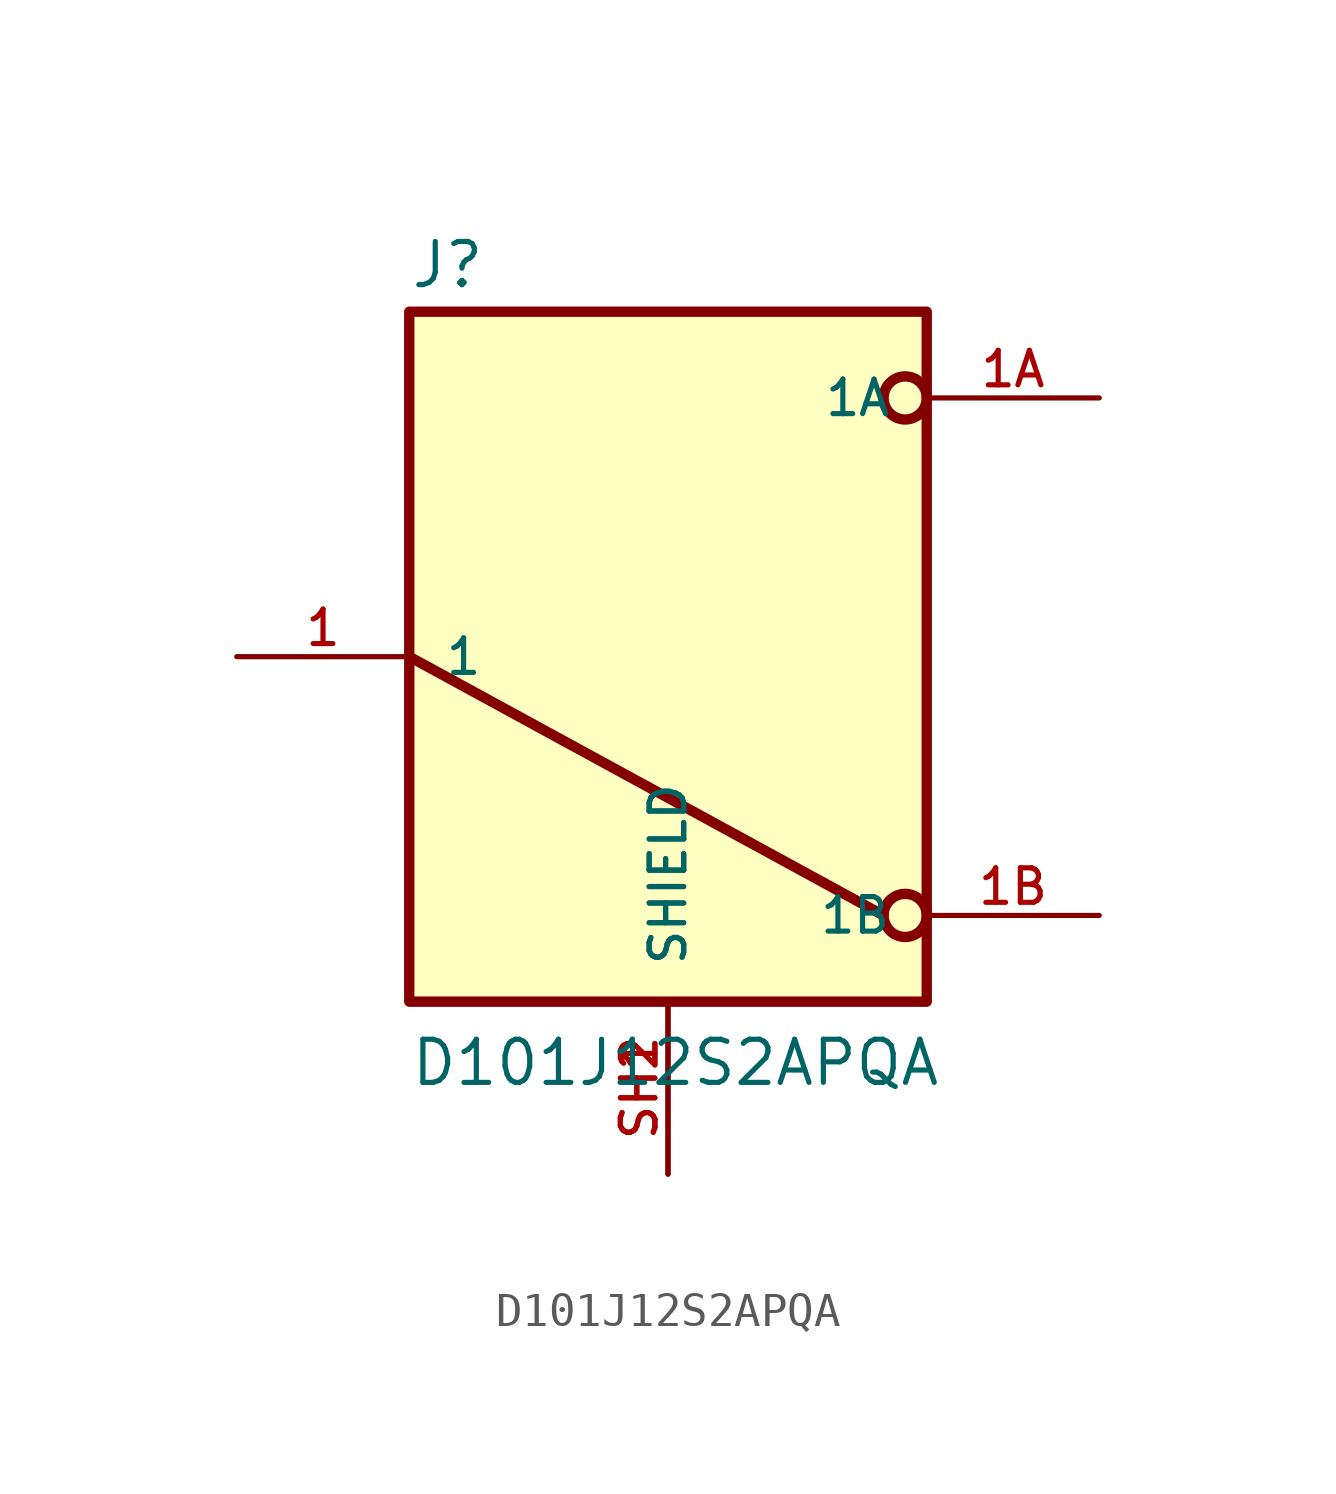
<source format=kicad_sym>
(kicad_symbol_lib
  (version 20211014)
  (generator kicad_symbol_editor)
  (symbol "D101J12S2APQA"
    (pin_names
      (offset 1.016))
    (property "Reference" "J"
      (at -7.62 10.795 0)
      (effects (font (size 1.27 1.27)) (justify bottom left)))
    (property "Value" "D101J12S2APQA"
      (at -7.62 -12.7 0)
      (effects (font (size 1.27 1.27)) (justify bottom left)))
    (symbol "D101J12S2APQA_0_0"
      (polyline (pts (xy -7.62 0.0) (xy 6.35 -7.62)) (stroke (width 0.305)))
      (circle (center 6.985 7.62) (radius 0.635) (stroke (width 0.305)) (fill (type none)))
      (circle (center 6.985 -7.62) (radius 0.635) (stroke (width 0.305)) (fill (type none)))
      (rectangle (start -7.62 -10.16) (end 7.62 10.16) (stroke (width 0.305)) (fill (type background)))
      (pin bidirectional line (at -12.7 0.0 0) (length 5.08) (name "1" (effects (font (size 1.016 1.016)))) (number "1" (effects (font (size 1.016 1.016)))))
      (pin bidirectional line (at 12.7 7.62 180.0) (length 5.08) (name "1A" (effects (font (size 1.016 1.016)))) (number "1A" (effects (font (size 1.016 1.016)))))
      (pin bidirectional line (at 12.7 -7.62 180.0) (length 5.08) (name "1B" (effects (font (size 1.016 1.016)))) (number "1B" (effects (font (size 1.016 1.016)))))
      (pin bidirectional line (at 0.0 -15.24 90.0) (length 5.08) (name "SHIELD" (effects (font (size 1.016 1.016)))) (number "SH1" (effects (font (size 1.016 1.016)))))
      (pin bidirectional line (at 0.0 -15.24 90.0) (length 5.08) (name "SHIELD" (effects (font (size 1.016 1.016)))) (number "SH2" (effects (font (size 1.016 1.016))))))))
</source>
